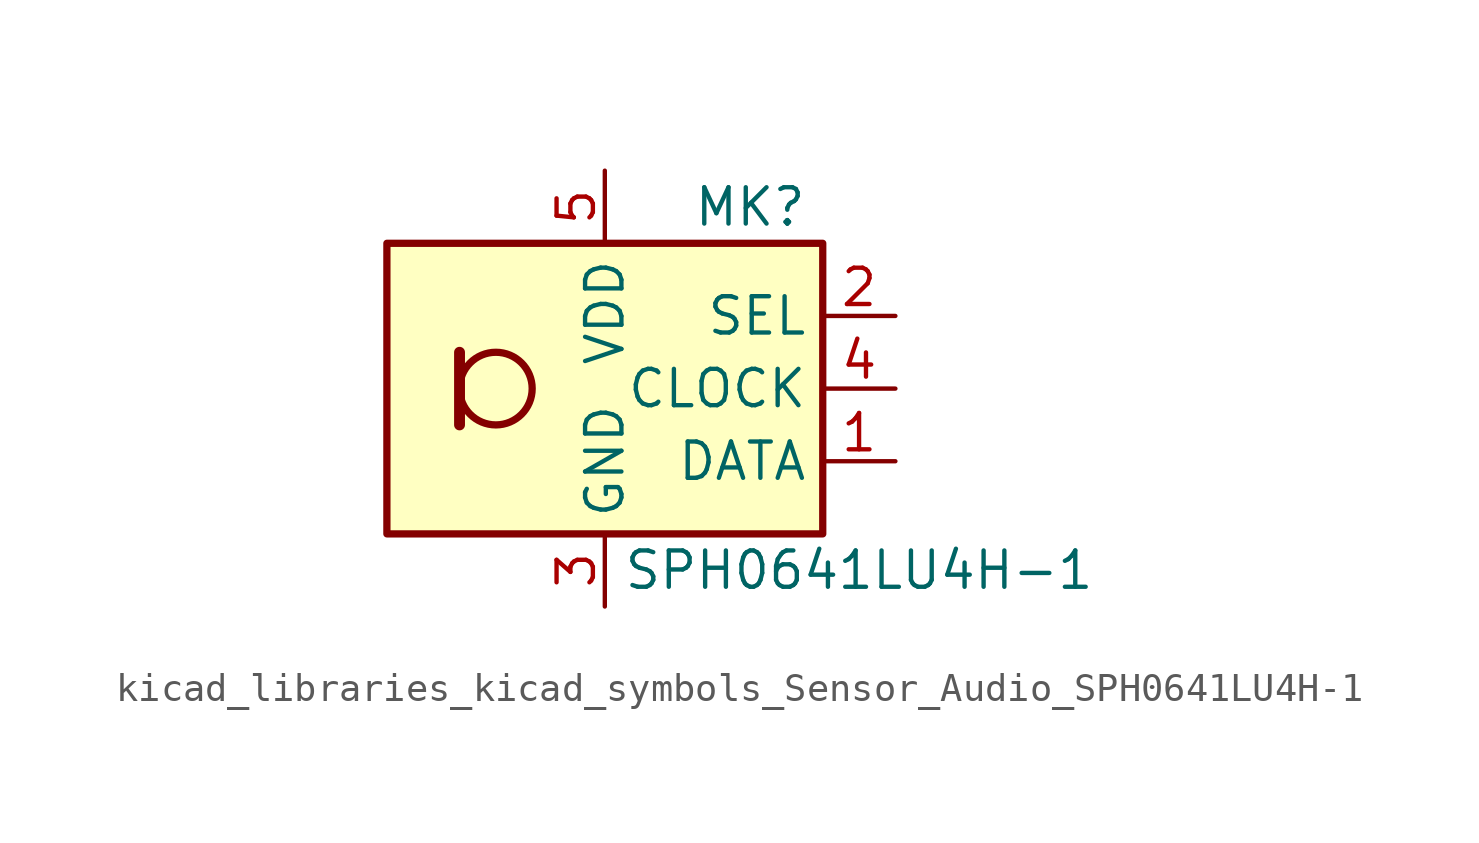
<source format=kicad_sym>
(kicad_symbol_lib
  (version 20220914)
  (generator kicad_symbol_editor)
  (symbol "kicad_libraries_kicad_symbols_Sensor_Audio_SPH0641LU4H-1"
    (property "Reference" "MK"
      (at 5.08 6.35 0)
      (effects (font (size 1.27 1.27))))
    (property "Value" "SPH0641LU4H-1"
      (at 8.89 -6.35 0)
      (effects (font (size 1.27 1.27))))
    (symbol "kicad_libraries_kicad_symbols_Sensor_Audio_SPH0641LU4H-1_1_1"
      (rectangle (start -7.62 5.08) (end 7.62 -5.08) (stroke (width 0.254) (type default)) (fill (type background)))
      (circle (center -3.81 0) (radius 1.27) (stroke (width 0.254) (type default)) (fill (type none)))
      (polyline (pts (xy -5.08 1.27) (xy -5.08 -1.27)) (stroke (width 0.381) (type default)) (fill (type none)))
      (pin output line (at 10.16 -2.54 180) (length 2.54) (name "DATA" (effects (font (size 1.27 1.27)))) (number "1" (effects (font (size 1.27 1.27)))))
      (pin input line (at 10.16 2.54 180) (length 2.54) (name "SEL" (effects (font (size 1.27 1.27)))) (number "2" (effects (font (size 1.27 1.27)))))
      (pin power_in line (at 0 -7.62 90) (length 2.54) (name "GND" (effects (font (size 1.27 1.27)))) (number "3" (effects (font (size 1.27 1.27)))))
      (pin input line (at 10.16 0 180) (length 2.54) (name "CLOCK" (effects (font (size 1.27 1.27)))) (number "4" (effects (font (size 1.27 1.27)))))
      (pin power_in line (at 0 7.62 270) (length 2.54) (name "VDD" (effects (font (size 1.27 1.27)))) (number "5" (effects (font (size 1.27 1.27))))))))
</source>
